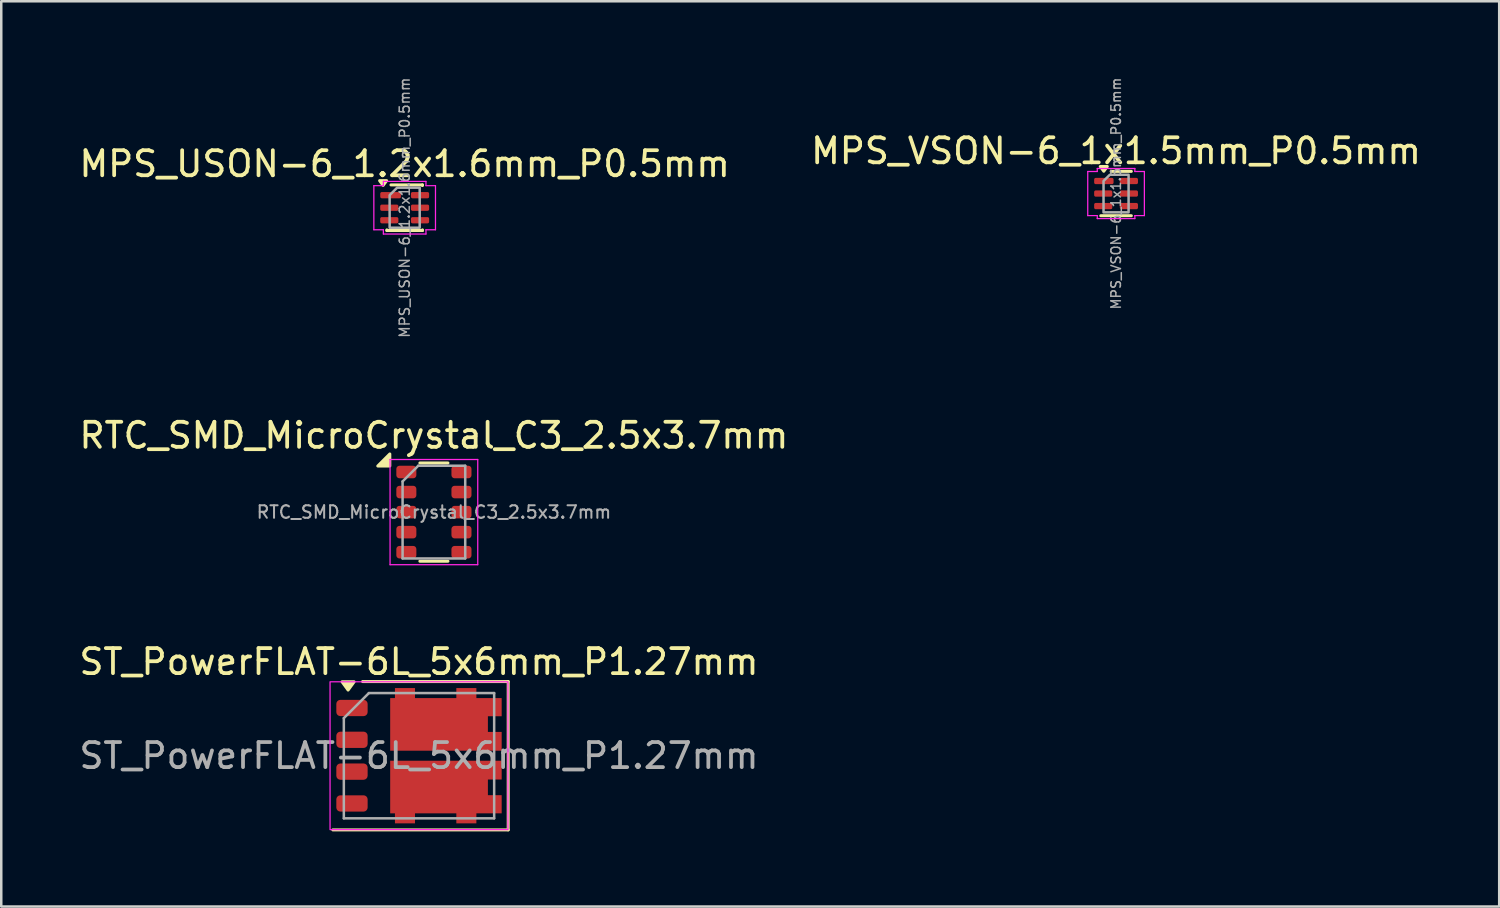
<source format=kicad_pcb>
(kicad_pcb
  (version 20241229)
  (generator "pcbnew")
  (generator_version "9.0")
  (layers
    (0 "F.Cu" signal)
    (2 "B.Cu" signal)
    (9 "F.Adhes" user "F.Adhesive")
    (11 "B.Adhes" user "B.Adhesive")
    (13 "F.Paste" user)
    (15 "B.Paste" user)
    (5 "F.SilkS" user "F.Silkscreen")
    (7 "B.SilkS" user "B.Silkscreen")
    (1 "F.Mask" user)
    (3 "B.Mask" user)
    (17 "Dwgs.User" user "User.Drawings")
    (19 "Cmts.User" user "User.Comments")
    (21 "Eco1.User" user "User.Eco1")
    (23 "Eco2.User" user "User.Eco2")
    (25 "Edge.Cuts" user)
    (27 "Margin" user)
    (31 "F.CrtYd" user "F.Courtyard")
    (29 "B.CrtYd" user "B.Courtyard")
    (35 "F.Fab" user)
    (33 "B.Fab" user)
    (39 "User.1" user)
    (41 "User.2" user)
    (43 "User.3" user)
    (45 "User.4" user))
  (footprint "ST_PowerFLAT-6L_5x6mm_P1.27mm"
    (layer "F.Cu")
    (at 13.673 27.112)
    (property "Reference" "ST_PowerFLAT-6L_5x6mm_P1.27mm" (at 0 -3.75 0) (unlocked yes) (layer "F.SilkS") (effects (font (size 1 1) (thickness 0.15))))
    (attr smd)
    (fp_line (start -2.25 -2.96) (end 3.56 -2.96) (stroke (width 0.12) (type default)) (layer "F.SilkS"))
    (fp_line (start 3.56 -2.96) (end 3.56 2.96) (stroke (width 0.12) (type default)) (layer "F.SilkS"))
    (fp_line (start 3.56 2.96) (end -3.44 2.96) (stroke (width 0.12) (type default)) (layer "F.SilkS"))
    (fp_poly (pts (xy -2.83 -2.62) (xy -3.07 -2.95) (xy -2.59 -2.95) (xy -2.83 -2.62)) (stroke (width 0.12) (type solid)) (fill yes) (layer "F.SilkS"))
    (fp_rect (start 3.55 -2.95) (end -3.55 2.95) (stroke (width 0.05) (type default)) (fill no) (layer "F.CrtYd"))
    (fp_line (start -3 -1.5) (end -3 2.5) (stroke (width 0.1) (type default)) (layer "F.Fab"))
    (fp_line (start -3 2.5) (end 3 2.5) (stroke (width 0.1) (type default)) (layer "F.Fab"))
    (fp_line (start -2 -2.5) (end -3 -1.5) (stroke (width 0.1) (type default)) (layer "F.Fab"))
    (fp_line (start 3 -2.5) (end -2 -2.5) (stroke (width 0.1) (type default)) (layer "F.Fab"))
    (fp_line (start 3 2.5) (end 3 -2.5) (stroke (width 0.1) (type default)) (layer "F.Fab"))
    (fp_text user "${REFERENCE}" (at 0 0 0) (unlocked yes) (layer "F.Fab") (effects (font (size 1 1) (thickness 0.15))))
    (pad "" smd roundrect (at -0.175 -1.25 270) (size 1.68 1.68) (layers "F.Paste") (roundrect_rratio 0.25))
    (pad "" smd roundrect (at -0.175 1.25 270) (size 1.68 1.68) (layers "F.Paste") (roundrect_rratio 0.25))
    (pad "" smd roundrect (at 1.775 -1.25 270) (size 1.68 1.68) (layers "F.Paste") (roundrect_rratio 0.25))
    (pad "" smd roundrect (at 1.775 1.25 270) (size 1.68 1.68) (layers "F.Paste") (roundrect_rratio 0.25))
    (pad "1" smd roundrect (at -2.675 -1.905 270) (size 0.65 1.25) (layers "F.Cu" "F.Mask" "F.Paste") (roundrect_rratio 0.25))
    (pad "2" smd roundrect (at -2.675 -0.635 270) (size 0.65 1.25) (layers "F.Cu" "F.Mask" "F.Paste") (roundrect_rratio 0.25))
    (pad "3" smd roundrect (at -2.675 0.635 270) (size 0.65 1.25) (layers "F.Cu" "F.Mask" "F.Paste") (roundrect_rratio 0.25))
    (pad "4" smd roundrect (at -2.675 1.905 270) (size 0.65 1.25) (layers "F.Cu" "F.Mask" "F.Paste") (roundrect_rratio 0.25))
    (pad "5" smd custom (at 0.665 1.25 270) (size 0.5 0.5) (layers "F.Cu" "F.Mask") (options (anchor rect)) (primitives (gr_poly (pts (xy -0.3 -2.635) (xy -0.3 -2.085) (xy 0.325 -2.085) (xy 0.325 -2.635) (xy 1.05 -2.635) (xy 1.05 -1.625) (xy 1.45 -1.625) (xy 1.45 -0.825) (xy 1.05 -0.825) (xy 1.05 0.825) (xy 1.45 0.825) (xy 1.45 1.625) (xy 1.05 1.625) (xy 1.05 1.815) (xy -1.05 1.815) (xy -1.05 -2.635)) (width 0) (fill yes))))
    (pad "7" smd custom (at 0.665 -1.25 270) (size 0.5 0.5) (layers "F.Cu" "F.Mask") (options (anchor rect)) (primitives (gr_poly (pts (xy 0.3 -2.635) (xy 0.3 -2.085) (xy -0.325 -2.085) (xy -0.325 -2.635) (xy -1.05 -2.635) (xy -1.05 -1.625) (xy -1.45 -1.625) (xy -1.45 -0.825) (xy -1.05 -0.825) (xy -1.05 0.825) (xy -1.45 0.825) (xy -1.45 1.625) (xy -1.05 1.625) (xy -1.05 1.815) (xy 1.05 1.815) (xy 1.05 -2.635)) (width 0) (fill yes)))))
  (footprint "RTC_SMD_MicroCrystal_C3_2.5x3.7mm"
    (layer "F.Cu")
    (at 14.268 17.389)
    (property "Reference" "RTC_SMD_MicroCrystal_C3_2.5x3.7mm" (at 0 -3.06 0) (layer "F.SilkS") (effects (font (size 1 1) (thickness 0.15))))
    (attr smd)
    (fp_line (start -0.56 -1.96) (end 0.56 -1.96) (stroke (width 0.12) (type solid)) (layer "F.SilkS"))
    (fp_line (start -0.56 1.96) (end 0.56 1.96) (stroke (width 0.12) (type solid)) (layer "F.SilkS"))
    (fp_poly (pts (xy -1.76 -1.84) (xy -2.24 -1.84) (xy -1.76 -2.32) (xy -1.76 -1.84)) (stroke (width 0.12) (type solid)) (fill yes) (layer "F.SilkS"))
    (fp_line (start -1.75 -2.1) (end -1.75 2.1) (stroke (width 0.05) (type solid)) (layer "F.CrtYd"))
    (fp_line (start -1.75 -2.1) (end 1.75 -2.1) (stroke (width 0.05) (type solid)) (layer "F.CrtYd"))
    (fp_line (start -1.75 2.1) (end 1.75 2.1) (stroke (width 0.05) (type solid)) (layer "F.CrtYd"))
    (fp_line (start 1.75 -2.1) (end 1.75 2.1) (stroke (width 0.05) (type solid)) (layer "F.CrtYd"))
    (fp_line (start -1.25 -1.225) (end -1.25 1.85) (stroke (width 0.1) (type solid)) (layer "F.Fab"))
    (fp_line (start -1.25 1.85) (end 1.25 1.85) (stroke (width 0.1) (type solid)) (layer "F.Fab"))
    (fp_line (start -0.625 -1.85) (end -1.25 -1.225) (stroke (width 0.1) (type solid)) (layer "F.Fab"))
    (fp_line (start -0.625 -1.85) (end 1.25 -1.85) (stroke (width 0.1) (type solid)) (layer "F.Fab"))
    (fp_line (start 1.25 -1.85) (end 1.25 1.85) (stroke (width 0.1) (type solid)) (layer "F.Fab"))
    (fp_text user "${REFERENCE}" (at 0 0 0) (layer "F.Fab") (effects (font (size 0.5 0.5) (thickness 0.08))))
    (pad "1" smd roundrect (at -1.1 -1.6) (size 0.8 0.5) (layers "F.Cu" "F.Mask" "F.Paste") (roundrect_rratio 0.25))
    (pad "2" smd roundrect (at -1.1 -0.8) (size 0.8 0.5) (layers "F.Cu" "F.Mask" "F.Paste") (roundrect_rratio 0.25))
    (pad "3" smd roundrect (at -1.1 0) (size 0.8 0.5) (layers "F.Cu" "F.Mask" "F.Paste") (roundrect_rratio 0.25))
    (pad "4" smd roundrect (at -1.1 0.8) (size 0.8 0.5) (layers "F.Cu" "F.Mask" "F.Paste") (roundrect_rratio 0.25))
    (pad "5" smd roundrect (at -1.1 1.6) (size 0.8 0.5) (layers "F.Cu" "F.Mask" "F.Paste") (roundrect_rratio 0.25))
    (pad "6" smd roundrect (at 1.1 1.6) (size 0.8 0.5) (layers "F.Cu" "F.Mask" "F.Paste") (roundrect_rratio 0.25))
    (pad "7" smd roundrect (at 1.1 0.8) (size 0.8 0.5) (layers "F.Cu" "F.Mask" "F.Paste") (roundrect_rratio 0.25))
    (pad "8" smd roundrect (at 1.1 0) (size 0.8 0.5) (layers "F.Cu" "F.Mask" "F.Paste") (roundrect_rratio 0.25))
    (pad "9" smd roundrect (at 1.1 -0.8) (size 0.8 0.5) (layers "F.Cu" "F.Mask" "F.Paste") (roundrect_rratio 0.25))
    (pad "10" smd roundrect (at 1.1 -1.6) (size 0.8 0.5) (layers "F.Cu" "F.Mask" "F.Paste") (roundrect_rratio 0.25)))
  (footprint "MPS_VSON-6_1x1.5mm_P0.5mm"
    (layer "F.Cu")
    (at 41.494 4.675)
    (property "Reference" "MPS_VSON-6_1x1.5mm_P0.5mm" (at 0 -1.7 0) (layer "F.SilkS") (effects (font (size 1 1) (thickness 0.15))))
    (attr smd)
    (fp_line (start -0.196 -0.885) (end 0.61 -0.885) (stroke (width 0.12) (type solid)) (layer "F.SilkS"))
    (fp_line (start 0.61 0.885) (end -0.61 0.885) (stroke (width 0.12) (type solid)) (layer "F.SilkS"))
    (fp_poly (pts (xy -0.49 -0.89) (xy -0.63 -1.08) (xy -0.35 -1.08)) (stroke (width 0.12) (type solid)) (fill yes) (layer "F.SilkS"))
    (fp_line (start -1.13 -0.88) (end -0.75 -0.88) (stroke (width 0.05) (type solid)) (layer "F.CrtYd"))
    (fp_line (start -1.13 0.88) (end -1.13 -0.88) (stroke (width 0.05) (type solid)) (layer "F.CrtYd"))
    (fp_line (start -0.75 -1) (end 0.75 -1) (stroke (width 0.05) (type solid)) (layer "F.CrtYd"))
    (fp_line (start -0.75 -0.88) (end -0.75 -1) (stroke (width 0.05) (type solid)) (layer "F.CrtYd"))
    (fp_line (start -0.75 0.88) (end -1.13 0.88) (stroke (width 0.05) (type solid)) (layer "F.CrtYd"))
    (fp_line (start -0.75 1) (end -0.75 0.88) (stroke (width 0.05) (type solid)) (layer "F.CrtYd"))
    (fp_line (start 0.75 -1) (end 0.75 -0.88) (stroke (width 0.05) (type solid)) (layer "F.CrtYd"))
    (fp_line (start 0.75 -0.88) (end 1.13 -0.88) (stroke (width 0.05) (type solid)) (layer "F.CrtYd"))
    (fp_line (start 0.75 0.88) (end 0.75 1) (stroke (width 0.05) (type solid)) (layer "F.CrtYd"))
    (fp_line (start 0.75 1) (end -0.75 1) (stroke (width 0.05) (type solid)) (layer "F.CrtYd"))
    (fp_line (start 1.13 -0.88) (end 1.13 0.88) (stroke (width 0.05) (type solid)) (layer "F.CrtYd"))
    (fp_line (start 1.13 0.88) (end 0.75 0.88) (stroke (width 0.05) (type solid)) (layer "F.CrtYd"))
    (fp_poly (pts (xy -0.5 -0.5) (xy -0.5 0.75) (xy 0.5 0.75) (xy 0.5 -0.75) (xy -0.25 -0.75)) (stroke (width 0.1) (type solid)) (fill no) (layer "F.Fab"))
    (fp_text user "${REFERENCE}" (at 0 0 90) (layer "F.Fab") (effects (font (size 0.38 0.38) (thickness 0.06))))
    (pad "1" smd roundrect (at -0.487 -0.5) (size 0.775 0.25) (layers "F.Cu" "F.Mask" "F.Paste") (roundrect_rratio 0.25))
    (pad "2" smd roundrect (at -0.512 0) (size 0.725 0.25) (layers "F.Cu" "F.Mask" "F.Paste") (roundrect_rratio 0.25))
    (pad "3" smd roundrect (at -0.512 0.5) (size 0.725 0.25) (layers "F.Cu" "F.Mask" "F.Paste") (roundrect_rratio 0.25))
    (pad "4" smd roundrect (at 0.512 0.5) (size 0.725 0.25) (layers "F.Cu" "F.Mask" "F.Paste") (roundrect_rratio 0.25))
    (pad "5" smd roundrect (at 0.512 0) (size 0.725 0.25) (layers "F.Cu" "F.Mask" "F.Paste") (roundrect_rratio 0.25))
    (pad "6" smd roundrect (at 0.512 -0.5) (size 0.725 0.25) (layers "F.Cu" "F.Mask" "F.Paste") (roundrect_rratio 0.25)))
  (footprint "MPS_USON-6_1.2x1.6mm_P0.5mm"
    (layer "F.Cu")
    (at 13.101 5.24)
    (property "Reference" "MPS_USON-6_1.2x1.6mm_P0.5mm" (at 0 -1.75 0) (layer "F.SilkS") (effects (font (size 1 1) (thickness 0.15))))
    (attr smd)
    (fp_line (start -0.71 0.91) (end -0.71 0.885) (stroke (width 0.12) (type solid)) (layer "F.SilkS"))
    (fp_line (start -0.547 -0.91) (end 0.71 -0.91) (stroke (width 0.12) (type solid)) (layer "F.SilkS"))
    (fp_line (start 0.71 -0.91) (end 0.71 -0.885) (stroke (width 0.12) (type solid)) (layer "F.SilkS"))
    (fp_line (start 0.71 0.885) (end 0.71 0.91) (stroke (width 0.12) (type solid)) (layer "F.SilkS"))
    (fp_line (start 0.71 0.91) (end -0.71 0.91) (stroke (width 0.12) (type solid)) (layer "F.SilkS"))
    (fp_poly (pts (xy -0.86 -0.89) (xy -1 -1.08) (xy -0.72 -1.08)) (stroke (width 0.12) (type solid)) (fill yes) (layer "F.SilkS"))
    (fp_line (start -1.23 -0.88) (end -0.85 -0.88) (stroke (width 0.05) (type solid)) (layer "F.CrtYd"))
    (fp_line (start -1.23 0.88) (end -1.23 -0.88) (stroke (width 0.05) (type solid)) (layer "F.CrtYd"))
    (fp_line (start -0.85 -1.05) (end 0.85 -1.05) (stroke (width 0.05) (type solid)) (layer "F.CrtYd"))
    (fp_line (start -0.85 -0.88) (end -0.85 -1.05) (stroke (width 0.05) (type solid)) (layer "F.CrtYd"))
    (fp_line (start -0.85 0.88) (end -1.23 0.88) (stroke (width 0.05) (type solid)) (layer "F.CrtYd"))
    (fp_line (start -0.85 1.05) (end -0.85 0.88) (stroke (width 0.05) (type solid)) (layer "F.CrtYd"))
    (fp_line (start 0.85 -1.05) (end 0.85 -0.88) (stroke (width 0.05) (type solid)) (layer "F.CrtYd"))
    (fp_line (start 0.85 -0.88) (end 1.23 -0.88) (stroke (width 0.05) (type solid)) (layer "F.CrtYd"))
    (fp_line (start 0.85 0.88) (end 0.85 1.05) (stroke (width 0.05) (type solid)) (layer "F.CrtYd"))
    (fp_line (start 0.85 1.05) (end -0.85 1.05) (stroke (width 0.05) (type solid)) (layer "F.CrtYd"))
    (fp_line (start 1.23 -0.88) (end 1.23 0.88) (stroke (width 0.05) (type solid)) (layer "F.CrtYd"))
    (fp_line (start 1.23 0.88) (end 0.85 0.88) (stroke (width 0.05) (type solid)) (layer "F.CrtYd"))
    (fp_poly (pts (xy -0.6 -0.5) (xy -0.6 0.8) (xy 0.6 0.8) (xy 0.6 -0.8) (xy -0.3 -0.8)) (stroke (width 0.1) (type solid)) (fill no) (layer "F.Fab"))
    (fp_text user "${REFERENCE}" (at 0 0 90) (layer "F.Fab") (effects (font (size 0.4 0.4) (thickness 0.06))))
    (pad "1" smd roundrect (at -0.562 -0.5) (size 0.825 0.25) (layers "F.Cu" "F.Mask" "F.Paste") (roundrect_rratio 0.25))
    (pad "2" smd roundrect (at -0.613 0) (size 0.725 0.25) (layers "F.Cu" "F.Mask" "F.Paste") (roundrect_rratio 0.25))
    (pad "3" smd roundrect (at -0.613 0.5) (size 0.725 0.25) (layers "F.Cu" "F.Mask" "F.Paste") (roundrect_rratio 0.25))
    (pad "4" smd roundrect (at 0.613 0.5) (size 0.725 0.25) (layers "F.Cu" "F.Mask" "F.Paste") (roundrect_rratio 0.25))
    (pad "5" smd roundrect (at 0.613 0) (size 0.725 0.25) (layers "F.Cu" "F.Mask" "F.Paste") (roundrect_rratio 0.25))
    (pad "6" smd roundrect (at 0.613 -0.5) (size 0.725 0.25) (layers "F.Cu" "F.Mask" "F.Paste") (roundrect_rratio 0.25)))
  (gr_rect
    (start -3 -3)
    (end 56.786 33.132)
    (stroke (width 0.1) (type default))
    (fill no)
    (layer "Edge.Cuts")))
</source>
